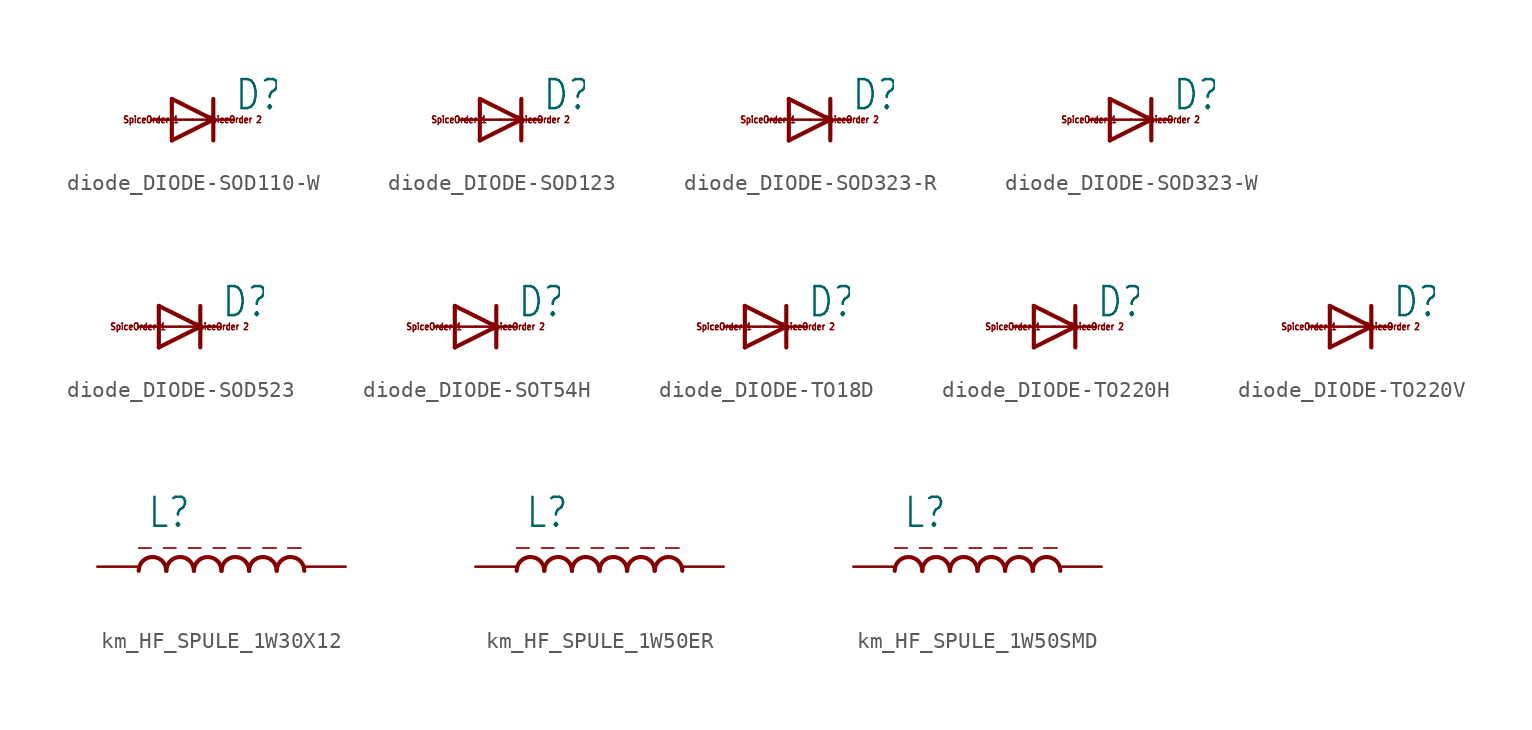
<source format=kicad_sym>
(kicad_symbol_lib
  (version 20231120)
  (generator "kicad_symbol_editor")
  (generator_version "8.0")
  (symbol "diode_DIODE-SOD110-W"
    (property "Reference" "D"
      (at 2.54 0.483 0)
      (effects (font (size 1.778 1.511)) (justify left bottom)))
    (property "Value" ""
      (at 2.54 -2.311 0)
      (effects (font (size 1.778 1.511)) (justify left bottom)))
    (property "ki_locked" ""
      (at 0 0 0)
      (effects (font (size 1.27 1.27))))
    (symbol "diode_DIODE-SOD110-W_1_0"
      (polyline (pts (xy -1.27 -1.27) (xy 1.27 0)) (stroke (width 0.254) (type solid)) (fill (type none)))
      (polyline (pts (xy -1.27 1.27) (xy -1.27 -1.27)) (stroke (width 0.254) (type solid)) (fill (type none)))
      (polyline (pts (xy 1.27 0) (xy -1.27 1.27)) (stroke (width 0.254) (type solid)) (fill (type none)))
      (polyline (pts (xy 1.27 0) (xy 1.27 -1.27)) (stroke (width 0.254) (type solid)) (fill (type none)))
      (polyline (pts (xy 1.27 1.27) (xy 1.27 0)) (stroke (width 0.254) (type solid)) (fill (type none)))
      (text "SpiceOrder 1" (at -2.54 0 0) (effects (font (size 0.406 0.345))))
      (text "SpiceOrder 2" (at 2.54 0 0) (effects (font (size 0.406 0.345))))
      (pin passive line (at -2.54 0 0) (length 2.54) (name "A" (effects (font (size 0 0)))) (number "A" (effects (font (size 0 0)))))
      (pin passive line (at 2.54 0 180) (length 2.54) (name "C" (effects (font (size 0 0)))) (number "C" (effects (font (size 0 0)))))))
  (symbol "diode_DIODE-SOD123"
    (property "Reference" "D"
      (at 2.54 0.483 0)
      (effects (font (size 1.778 1.511)) (justify left bottom)))
    (property "Value" ""
      (at 2.54 -2.311 0)
      (effects (font (size 1.778 1.511)) (justify left bottom)))
    (property "ki_locked" ""
      (at 0 0 0)
      (effects (font (size 1.27 1.27))))
    (symbol "diode_DIODE-SOD123_1_0"
      (polyline (pts (xy -1.27 -1.27) (xy 1.27 0)) (stroke (width 0.254) (type solid)) (fill (type none)))
      (polyline (pts (xy -1.27 1.27) (xy -1.27 -1.27)) (stroke (width 0.254) (type solid)) (fill (type none)))
      (polyline (pts (xy 1.27 0) (xy -1.27 1.27)) (stroke (width 0.254) (type solid)) (fill (type none)))
      (polyline (pts (xy 1.27 0) (xy 1.27 -1.27)) (stroke (width 0.254) (type solid)) (fill (type none)))
      (polyline (pts (xy 1.27 1.27) (xy 1.27 0)) (stroke (width 0.254) (type solid)) (fill (type none)))
      (text "SpiceOrder 1" (at -2.54 0 0) (effects (font (size 0.406 0.345))))
      (text "SpiceOrder 2" (at 2.54 0 0) (effects (font (size 0.406 0.345))))
      (pin passive line (at -2.54 0 0) (length 2.54) (name "A" (effects (font (size 0 0)))) (number "A" (effects (font (size 0 0)))))
      (pin passive line (at 2.54 0 180) (length 2.54) (name "C" (effects (font (size 0 0)))) (number "C" (effects (font (size 0 0)))))))
  (symbol "diode_DIODE-SOD323-R"
    (property "Reference" "D"
      (at 2.54 0.483 0)
      (effects (font (size 1.778 1.511)) (justify left bottom)))
    (property "Value" ""
      (at 2.54 -2.311 0)
      (effects (font (size 1.778 1.511)) (justify left bottom)))
    (property "ki_locked" ""
      (at 0 0 0)
      (effects (font (size 1.27 1.27))))
    (symbol "diode_DIODE-SOD323-R_1_0"
      (polyline (pts (xy -1.27 -1.27) (xy 1.27 0)) (stroke (width 0.254) (type solid)) (fill (type none)))
      (polyline (pts (xy -1.27 1.27) (xy -1.27 -1.27)) (stroke (width 0.254) (type solid)) (fill (type none)))
      (polyline (pts (xy 1.27 0) (xy -1.27 1.27)) (stroke (width 0.254) (type solid)) (fill (type none)))
      (polyline (pts (xy 1.27 0) (xy 1.27 -1.27)) (stroke (width 0.254) (type solid)) (fill (type none)))
      (polyline (pts (xy 1.27 1.27) (xy 1.27 0)) (stroke (width 0.254) (type solid)) (fill (type none)))
      (text "SpiceOrder 1" (at -2.54 0 0) (effects (font (size 0.406 0.345))))
      (text "SpiceOrder 2" (at 2.54 0 0) (effects (font (size 0.406 0.345))))
      (pin passive line (at -2.54 0 0) (length 2.54) (name "A" (effects (font (size 0 0)))) (number "A" (effects (font (size 0 0)))))
      (pin passive line (at 2.54 0 180) (length 2.54) (name "C" (effects (font (size 0 0)))) (number "C" (effects (font (size 0 0)))))))
  (symbol "diode_DIODE-SOD323-W"
    (property "Reference" "D"
      (at 2.54 0.483 0)
      (effects (font (size 1.778 1.511)) (justify left bottom)))
    (property "Value" ""
      (at 2.54 -2.311 0)
      (effects (font (size 1.778 1.511)) (justify left bottom)))
    (property "ki_locked" ""
      (at 0 0 0)
      (effects (font (size 1.27 1.27))))
    (symbol "diode_DIODE-SOD323-W_1_0"
      (polyline (pts (xy -1.27 -1.27) (xy 1.27 0)) (stroke (width 0.254) (type solid)) (fill (type none)))
      (polyline (pts (xy -1.27 1.27) (xy -1.27 -1.27)) (stroke (width 0.254) (type solid)) (fill (type none)))
      (polyline (pts (xy 1.27 0) (xy -1.27 1.27)) (stroke (width 0.254) (type solid)) (fill (type none)))
      (polyline (pts (xy 1.27 0) (xy 1.27 -1.27)) (stroke (width 0.254) (type solid)) (fill (type none)))
      (polyline (pts (xy 1.27 1.27) (xy 1.27 0)) (stroke (width 0.254) (type solid)) (fill (type none)))
      (text "SpiceOrder 1" (at -2.54 0 0) (effects (font (size 0.406 0.345))))
      (text "SpiceOrder 2" (at 2.54 0 0) (effects (font (size 0.406 0.345))))
      (pin passive line (at -2.54 0 0) (length 2.54) (name "A" (effects (font (size 0 0)))) (number "A" (effects (font (size 0 0)))))
      (pin passive line (at 2.54 0 180) (length 2.54) (name "C" (effects (font (size 0 0)))) (number "C" (effects (font (size 0 0)))))))
  (symbol "diode_DIODE-SOD523"
    (property "Reference" "D"
      (at 2.54 0.483 0)
      (effects (font (size 1.778 1.511)) (justify left bottom)))
    (property "Value" ""
      (at 2.54 -2.311 0)
      (effects (font (size 1.778 1.511)) (justify left bottom)))
    (property "ki_locked" ""
      (at 0 0 0)
      (effects (font (size 1.27 1.27))))
    (symbol "diode_DIODE-SOD523_1_0"
      (polyline (pts (xy -1.27 -1.27) (xy 1.27 0)) (stroke (width 0.254) (type solid)) (fill (type none)))
      (polyline (pts (xy -1.27 1.27) (xy -1.27 -1.27)) (stroke (width 0.254) (type solid)) (fill (type none)))
      (polyline (pts (xy 1.27 0) (xy -1.27 1.27)) (stroke (width 0.254) (type solid)) (fill (type none)))
      (polyline (pts (xy 1.27 0) (xy 1.27 -1.27)) (stroke (width 0.254) (type solid)) (fill (type none)))
      (polyline (pts (xy 1.27 1.27) (xy 1.27 0)) (stroke (width 0.254) (type solid)) (fill (type none)))
      (text "SpiceOrder 1" (at -2.54 0 0) (effects (font (size 0.406 0.345))))
      (text "SpiceOrder 2" (at 2.54 0 0) (effects (font (size 0.406 0.345))))
      (pin passive line (at -2.54 0 0) (length 2.54) (name "A" (effects (font (size 0 0)))) (number "A" (effects (font (size 0 0)))))
      (pin passive line (at 2.54 0 180) (length 2.54) (name "C" (effects (font (size 0 0)))) (number "C" (effects (font (size 0 0)))))))
  (symbol "diode_DIODE-SOT54H"
    (property "Reference" "D"
      (at 2.54 0.483 0)
      (effects (font (size 1.778 1.511)) (justify left bottom)))
    (property "Value" ""
      (at 2.54 -2.311 0)
      (effects (font (size 1.778 1.511)) (justify left bottom)))
    (property "ki_locked" ""
      (at 0 0 0)
      (effects (font (size 1.27 1.27))))
    (symbol "diode_DIODE-SOT54H_1_0"
      (polyline (pts (xy -1.27 -1.27) (xy 1.27 0)) (stroke (width 0.254) (type solid)) (fill (type none)))
      (polyline (pts (xy -1.27 1.27) (xy -1.27 -1.27)) (stroke (width 0.254) (type solid)) (fill (type none)))
      (polyline (pts (xy 1.27 0) (xy -1.27 1.27)) (stroke (width 0.254) (type solid)) (fill (type none)))
      (polyline (pts (xy 1.27 0) (xy 1.27 -1.27)) (stroke (width 0.254) (type solid)) (fill (type none)))
      (polyline (pts (xy 1.27 1.27) (xy 1.27 0)) (stroke (width 0.254) (type solid)) (fill (type none)))
      (text "SpiceOrder 1" (at -2.54 0 0) (effects (font (size 0.406 0.345))))
      (text "SpiceOrder 2" (at 2.54 0 0) (effects (font (size 0.406 0.345))))
      (pin passive line (at -2.54 0 0) (length 2.54) (name "A" (effects (font (size 0 0)))) (number "A" (effects (font (size 0 0)))))
      (pin passive line (at 2.54 0 180) (length 2.54) (name "C" (effects (font (size 0 0)))) (number "C" (effects (font (size 0 0)))))))
  (symbol "diode_DIODE-TO18D"
    (property "Reference" "D"
      (at 2.54 0.483 0)
      (effects (font (size 1.778 1.511)) (justify left bottom)))
    (property "Value" ""
      (at 2.54 -2.311 0)
      (effects (font (size 1.778 1.511)) (justify left bottom)))
    (property "ki_locked" ""
      (at 0 0 0)
      (effects (font (size 1.27 1.27))))
    (symbol "diode_DIODE-TO18D_1_0"
      (polyline (pts (xy -1.27 -1.27) (xy 1.27 0)) (stroke (width 0.254) (type solid)) (fill (type none)))
      (polyline (pts (xy -1.27 1.27) (xy -1.27 -1.27)) (stroke (width 0.254) (type solid)) (fill (type none)))
      (polyline (pts (xy 1.27 0) (xy -1.27 1.27)) (stroke (width 0.254) (type solid)) (fill (type none)))
      (polyline (pts (xy 1.27 0) (xy 1.27 -1.27)) (stroke (width 0.254) (type solid)) (fill (type none)))
      (polyline (pts (xy 1.27 1.27) (xy 1.27 0)) (stroke (width 0.254) (type solid)) (fill (type none)))
      (text "SpiceOrder 1" (at -2.54 0 0) (effects (font (size 0.406 0.345))))
      (text "SpiceOrder 2" (at 2.54 0 0) (effects (font (size 0.406 0.345))))
      (pin passive line (at -2.54 0 0) (length 2.54) (name "A" (effects (font (size 0 0)))) (number "A" (effects (font (size 0 0)))))
      (pin passive line (at 2.54 0 180) (length 2.54) (name "C" (effects (font (size 0 0)))) (number "C" (effects (font (size 0 0)))))))
  (symbol "diode_DIODE-TO220H"
    (property "Reference" "D"
      (at 2.54 0.483 0)
      (effects (font (size 1.778 1.511)) (justify left bottom)))
    (property "Value" ""
      (at 2.54 -2.311 0)
      (effects (font (size 1.778 1.511)) (justify left bottom)))
    (property "ki_locked" ""
      (at 0 0 0)
      (effects (font (size 1.27 1.27))))
    (symbol "diode_DIODE-TO220H_1_0"
      (polyline (pts (xy -1.27 -1.27) (xy 1.27 0)) (stroke (width 0.254) (type solid)) (fill (type none)))
      (polyline (pts (xy -1.27 1.27) (xy -1.27 -1.27)) (stroke (width 0.254) (type solid)) (fill (type none)))
      (polyline (pts (xy 1.27 0) (xy -1.27 1.27)) (stroke (width 0.254) (type solid)) (fill (type none)))
      (polyline (pts (xy 1.27 0) (xy 1.27 -1.27)) (stroke (width 0.254) (type solid)) (fill (type none)))
      (polyline (pts (xy 1.27 1.27) (xy 1.27 0)) (stroke (width 0.254) (type solid)) (fill (type none)))
      (text "SpiceOrder 1" (at -2.54 0 0) (effects (font (size 0.406 0.345))))
      (text "SpiceOrder 2" (at 2.54 0 0) (effects (font (size 0.406 0.345))))
      (pin passive line (at -2.54 0 0) (length 2.54) (name "A" (effects (font (size 0 0)))) (number "A" (effects (font (size 0 0)))))
      (pin passive line (at 2.54 0 180) (length 2.54) (name "C" (effects (font (size 0 0)))) (number "C" (effects (font (size 0 0)))))))
  (symbol "diode_DIODE-TO220V"
    (property "Reference" "D"
      (at 2.54 0.483 0)
      (effects (font (size 1.778 1.511)) (justify left bottom)))
    (property "Value" ""
      (at 2.54 -2.311 0)
      (effects (font (size 1.778 1.511)) (justify left bottom)))
    (property "ki_locked" ""
      (at 0 0 0)
      (effects (font (size 1.27 1.27))))
    (symbol "diode_DIODE-TO220V_1_0"
      (polyline (pts (xy -1.27 -1.27) (xy 1.27 0)) (stroke (width 0.254) (type solid)) (fill (type none)))
      (polyline (pts (xy -1.27 1.27) (xy -1.27 -1.27)) (stroke (width 0.254) (type solid)) (fill (type none)))
      (polyline (pts (xy 1.27 0) (xy -1.27 1.27)) (stroke (width 0.254) (type solid)) (fill (type none)))
      (polyline (pts (xy 1.27 0) (xy 1.27 -1.27)) (stroke (width 0.254) (type solid)) (fill (type none)))
      (polyline (pts (xy 1.27 1.27) (xy 1.27 0)) (stroke (width 0.254) (type solid)) (fill (type none)))
      (text "SpiceOrder 1" (at -2.54 0 0) (effects (font (size 0.406 0.345))))
      (text "SpiceOrder 2" (at 2.54 0 0) (effects (font (size 0.406 0.345))))
      (pin passive line (at -2.54 0 0) (length 2.54) (name "A" (effects (font (size 0 0)))) (number "A" (effects (font (size 0 0)))))
      (pin passive line (at 2.54 0 180) (length 2.54) (name "C" (effects (font (size 0 0)))) (number "C" (effects (font (size 0 0)))))))
  (symbol "km_HF_SPULE_1W30X12"
    (property "Reference" "L"
      (at -4.572 2.286 0)
      (effects (font (size 1.778 1.511)) (justify left bottom)))
    (property "Value" ""
      (at -4.572 -2.794 0)
      (effects (font (size 1.778 1.511)) (justify left bottom)))
    (property "ki_locked" ""
      (at 0 0 0)
      (effects (font (size 1.27 1.27))))
    (symbol "km_HF_SPULE_1W30X12_1_0"
      (arc (start -3.3866 -0.254) (mid -4.2333 0.5927) (end -5.08 -0.254) (stroke (width 0.254) (type solid)) (fill (type none)))
      (arc (start -1.6934 -0.254) (mid -2.54 0.5926) (end -3.3866 -0.254) (stroke (width 0.254) (type solid)) (fill (type none)))
      (arc (start 0 -0.254) (mid -0.8467 0.5927) (end -1.6934 -0.254) (stroke (width 0.254) (type solid)) (fill (type none)))
      (polyline (pts (xy -5.08 1.143) (xy -4.318 1.143)) (stroke (width 0.102) (type solid)) (fill (type none)))
      (polyline (pts (xy -3.556 1.143) (xy -2.794 1.143)) (stroke (width 0.102) (type solid)) (fill (type none)))
      (polyline (pts (xy -2.032 1.143) (xy -1.27 1.143)) (stroke (width 0.102) (type solid)) (fill (type none)))
      (polyline (pts (xy -0.508 1.143) (xy 0.254 1.143)) (stroke (width 0.102) (type solid)) (fill (type none)))
      (polyline (pts (xy 1.016 1.143) (xy 1.778 1.143)) (stroke (width 0.102) (type solid)) (fill (type none)))
      (polyline (pts (xy 2.54 1.143) (xy 3.356 1.143)) (stroke (width 0.102) (type solid)) (fill (type none)))
      (polyline (pts (xy 4.064 1.143) (xy 4.88 1.143)) (stroke (width 0.102) (type solid)) (fill (type none)))
      (arc (start 1.6934 -0.254) (mid 0.8467 0.5927) (end 0 -0.254) (stroke (width 0.254) (type solid)) (fill (type none)))
      (arc (start 3.3866 -0.254) (mid 2.5399 0.5927) (end 1.6932 -0.254) (stroke (width 0.254) (type solid)) (fill (type none)))
      (arc (start 5.08 -0.254) (mid 4.2333 0.5927) (end 3.3866 -0.254) (stroke (width 0.254) (type solid)) (fill (type none)))
      (pin passive line (at 7.62 0 180) (length 2.54) (name "1" (effects (font (size 0 0)))) (number "P$1" (effects (font (size 0 0)))))
      (pin passive line (at -7.62 0 0) (length 2.54) (name "2" (effects (font (size 0 0)))) (number "P$2" (effects (font (size 0 0)))))))
  (symbol "km_HF_SPULE_1W50ER"
    (property "Reference" "L"
      (at -4.572 2.286 0)
      (effects (font (size 1.778 1.511)) (justify left bottom)))
    (property "Value" ""
      (at -4.572 -2.794 0)
      (effects (font (size 1.778 1.511)) (justify left bottom)))
    (property "ki_locked" ""
      (at 0 0 0)
      (effects (font (size 1.27 1.27))))
    (symbol "km_HF_SPULE_1W50ER_1_0"
      (arc (start -3.3866 -0.254) (mid -4.2333 0.5927) (end -5.08 -0.254) (stroke (width 0.254) (type solid)) (fill (type none)))
      (arc (start -1.6934 -0.254) (mid -2.54 0.5926) (end -3.3866 -0.254) (stroke (width 0.254) (type solid)) (fill (type none)))
      (arc (start 0 -0.254) (mid -0.8467 0.5927) (end -1.6934 -0.254) (stroke (width 0.254) (type solid)) (fill (type none)))
      (polyline (pts (xy -5.08 1.143) (xy -4.318 1.143)) (stroke (width 0.102) (type solid)) (fill (type none)))
      (polyline (pts (xy -3.556 1.143) (xy -2.794 1.143)) (stroke (width 0.102) (type solid)) (fill (type none)))
      (polyline (pts (xy -2.032 1.143) (xy -1.27 1.143)) (stroke (width 0.102) (type solid)) (fill (type none)))
      (polyline (pts (xy -0.508 1.143) (xy 0.254 1.143)) (stroke (width 0.102) (type solid)) (fill (type none)))
      (polyline (pts (xy 1.016 1.143) (xy 1.778 1.143)) (stroke (width 0.102) (type solid)) (fill (type none)))
      (polyline (pts (xy 2.54 1.143) (xy 3.356 1.143)) (stroke (width 0.102) (type solid)) (fill (type none)))
      (polyline (pts (xy 4.064 1.143) (xy 4.88 1.143)) (stroke (width 0.102) (type solid)) (fill (type none)))
      (arc (start 1.6934 -0.254) (mid 0.8467 0.5927) (end 0 -0.254) (stroke (width 0.254) (type solid)) (fill (type none)))
      (arc (start 3.3866 -0.254) (mid 2.5399 0.5927) (end 1.6932 -0.254) (stroke (width 0.254) (type solid)) (fill (type none)))
      (arc (start 5.08 -0.254) (mid 4.2333 0.5927) (end 3.3866 -0.254) (stroke (width 0.254) (type solid)) (fill (type none)))
      (pin passive line (at 7.62 0 180) (length 2.54) (name "1" (effects (font (size 0 0)))) (number "P$1" (effects (font (size 0 0)))))
      (pin passive line (at -7.62 0 0) (length 2.54) (name "2" (effects (font (size 0 0)))) (number "P$2" (effects (font (size 0 0)))))))
  (symbol "km_HF_SPULE_1W50SMD"
    (property "Reference" "L"
      (at -4.572 2.286 0)
      (effects (font (size 1.778 1.511)) (justify left bottom)))
    (property "Value" ""
      (at -4.572 -2.794 0)
      (effects (font (size 1.778 1.511)) (justify left bottom)))
    (property "ki_locked" ""
      (at 0 0 0)
      (effects (font (size 1.27 1.27))))
    (symbol "km_HF_SPULE_1W50SMD_1_0"
      (arc (start -3.3866 -0.254) (mid -4.2333 0.5927) (end -5.08 -0.254) (stroke (width 0.254) (type solid)) (fill (type none)))
      (arc (start -1.6934 -0.254) (mid -2.54 0.5926) (end -3.3866 -0.254) (stroke (width 0.254) (type solid)) (fill (type none)))
      (arc (start 0 -0.254) (mid -0.8467 0.5927) (end -1.6934 -0.254) (stroke (width 0.254) (type solid)) (fill (type none)))
      (polyline (pts (xy -5.08 1.143) (xy -4.318 1.143)) (stroke (width 0.102) (type solid)) (fill (type none)))
      (polyline (pts (xy -3.556 1.143) (xy -2.794 1.143)) (stroke (width 0.102) (type solid)) (fill (type none)))
      (polyline (pts (xy -2.032 1.143) (xy -1.27 1.143)) (stroke (width 0.102) (type solid)) (fill (type none)))
      (polyline (pts (xy -0.508 1.143) (xy 0.254 1.143)) (stroke (width 0.102) (type solid)) (fill (type none)))
      (polyline (pts (xy 1.016 1.143) (xy 1.778 1.143)) (stroke (width 0.102) (type solid)) (fill (type none)))
      (polyline (pts (xy 2.54 1.143) (xy 3.356 1.143)) (stroke (width 0.102) (type solid)) (fill (type none)))
      (polyline (pts (xy 4.064 1.143) (xy 4.88 1.143)) (stroke (width 0.102) (type solid)) (fill (type none)))
      (arc (start 1.6934 -0.254) (mid 0.8467 0.5927) (end 0 -0.254) (stroke (width 0.254) (type solid)) (fill (type none)))
      (arc (start 3.3866 -0.254) (mid 2.5399 0.5927) (end 1.6932 -0.254) (stroke (width 0.254) (type solid)) (fill (type none)))
      (arc (start 5.08 -0.254) (mid 4.2333 0.5927) (end 3.3866 -0.254) (stroke (width 0.254) (type solid)) (fill (type none)))
      (pin passive line (at 7.62 0 180) (length 2.54) (name "1" (effects (font (size 0 0)))) (number "1" (effects (font (size 0 0)))))
      (pin passive line (at -7.62 0 0) (length 2.54) (name "2" (effects (font (size 0 0)))) (number "2" (effects (font (size 0 0))))))))
</source>
